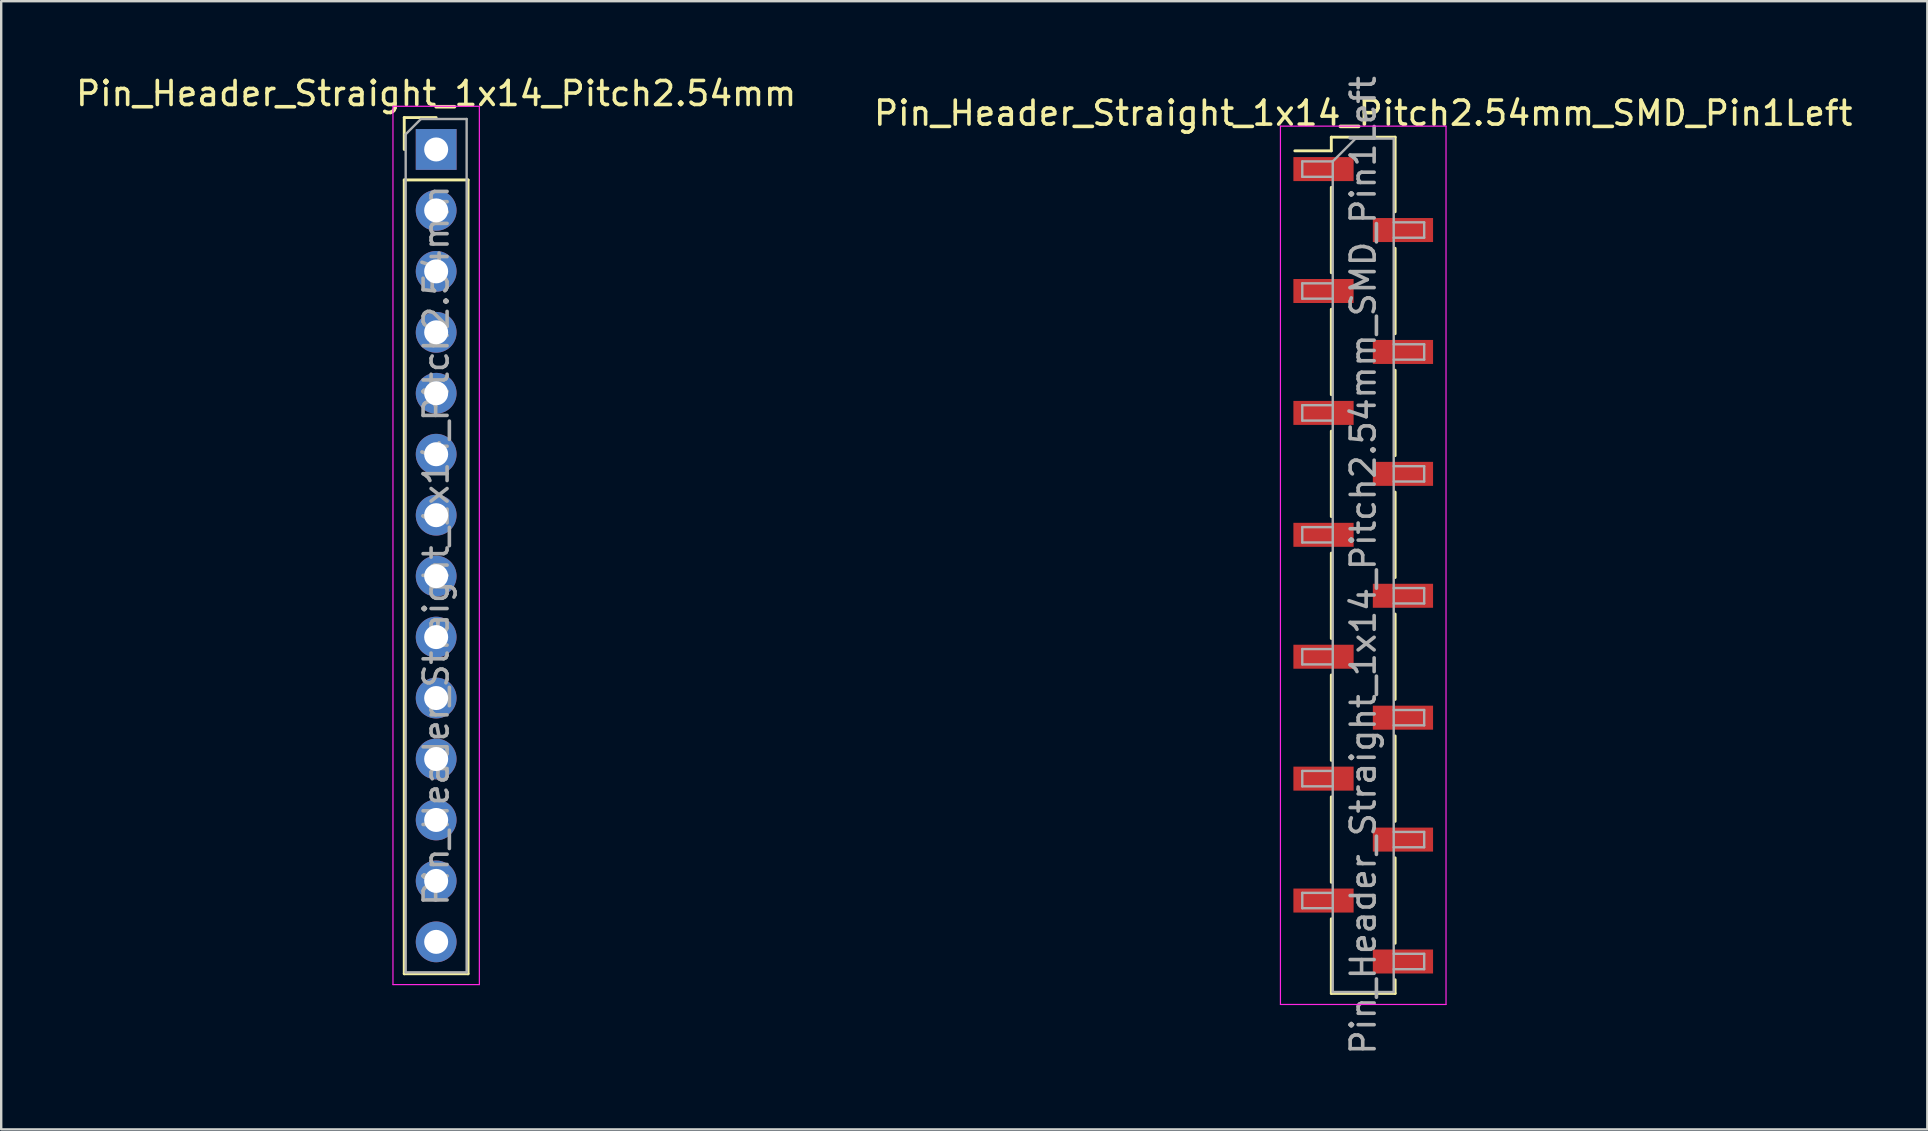
<source format=kicad_pcb>
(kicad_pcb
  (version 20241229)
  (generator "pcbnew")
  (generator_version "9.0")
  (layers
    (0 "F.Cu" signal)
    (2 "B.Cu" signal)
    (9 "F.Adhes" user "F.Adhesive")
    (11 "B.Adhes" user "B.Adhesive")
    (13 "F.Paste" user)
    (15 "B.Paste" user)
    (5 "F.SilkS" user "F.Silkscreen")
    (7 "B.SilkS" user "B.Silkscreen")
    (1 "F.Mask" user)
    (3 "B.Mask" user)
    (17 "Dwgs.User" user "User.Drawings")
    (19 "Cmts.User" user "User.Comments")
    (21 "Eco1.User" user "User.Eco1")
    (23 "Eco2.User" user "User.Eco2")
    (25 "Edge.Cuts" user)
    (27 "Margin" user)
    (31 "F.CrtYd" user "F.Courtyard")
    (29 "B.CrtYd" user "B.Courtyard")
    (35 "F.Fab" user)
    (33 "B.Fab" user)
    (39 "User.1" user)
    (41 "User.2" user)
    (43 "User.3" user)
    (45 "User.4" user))
  (footprint "Pin_Header_Straight_1x14_Pitch2.54mm_SMD_Pin1Left"
    (layer "F.Cu")
    (at 53.756 20.506)
    (property "Reference" "Pin_Header_Straight_1x14_Pitch2.54mm_SMD_Pin1Left" (at 0 -18.84 0) (layer "F.SilkS") (effects (font (size 1 1) (thickness 0.15))))
    (attr smd)
    (fp_line (start -1.33 -17.84) (end -1.33 -17.27) (stroke (width 0.12) (type solid)) (layer "F.SilkS"))
    (fp_line (start -1.33 -17.84) (end 1.33 -17.84) (stroke (width 0.12) (type solid)) (layer "F.SilkS"))
    (fp_line (start -1.33 -17.27) (end -2.85 -17.27) (stroke (width 0.12) (type solid)) (layer "F.SilkS"))
    (fp_line (start -1.33 -15.75) (end -1.33 -12.19) (stroke (width 0.12) (type solid)) (layer "F.SilkS"))
    (fp_line (start -1.33 -10.67) (end -1.33 -7.11) (stroke (width 0.12) (type solid)) (layer "F.SilkS"))
    (fp_line (start -1.33 -5.59) (end -1.33 -2.03) (stroke (width 0.12) (type solid)) (layer "F.SilkS"))
    (fp_line (start -1.33 -0.51) (end -1.33 3.05) (stroke (width 0.12) (type solid)) (layer "F.SilkS"))
    (fp_line (start -1.33 4.57) (end -1.33 8.13) (stroke (width 0.12) (type solid)) (layer "F.SilkS"))
    (fp_line (start -1.33 9.65) (end -1.33 13.21) (stroke (width 0.12) (type solid)) (layer "F.SilkS"))
    (fp_line (start -1.33 14.73) (end -1.33 17.84) (stroke (width 0.12) (type solid)) (layer "F.SilkS"))
    (fp_line (start -1.33 17.84) (end 1.33 17.84) (stroke (width 0.12) (type solid)) (layer "F.SilkS"))
    (fp_line (start 1.33 -17.84) (end 1.33 -14.73) (stroke (width 0.12) (type solid)) (layer "F.SilkS"))
    (fp_line (start 1.33 -13.21) (end 1.33 -9.65) (stroke (width 0.12) (type solid)) (layer "F.SilkS"))
    (fp_line (start 1.33 -8.13) (end 1.33 -4.57) (stroke (width 0.12) (type solid)) (layer "F.SilkS"))
    (fp_line (start 1.33 -3.05) (end 1.33 0.51) (stroke (width 0.12) (type solid)) (layer "F.SilkS"))
    (fp_line (start 1.33 2.03) (end 1.33 5.59) (stroke (width 0.12) (type solid)) (layer "F.SilkS"))
    (fp_line (start 1.33 7.11) (end 1.33 10.67) (stroke (width 0.12) (type solid)) (layer "F.SilkS"))
    (fp_line (start 1.33 12.19) (end 1.33 15.75) (stroke (width 0.12) (type solid)) (layer "F.SilkS"))
    (fp_line (start 1.33 17.27) (end 1.33 17.84) (stroke (width 0.12) (type solid)) (layer "F.SilkS"))
    (fp_line (start -3.45 -18.3) (end -3.45 18.3) (stroke (width 0.05) (type solid)) (layer "F.CrtYd"))
    (fp_line (start -3.45 18.3) (end 3.45 18.3) (stroke (width 0.05) (type solid)) (layer "F.CrtYd"))
    (fp_line (start 3.45 -18.3) (end -3.45 -18.3) (stroke (width 0.05) (type solid)) (layer "F.CrtYd"))
    (fp_line (start 3.45 18.3) (end 3.45 -18.3) (stroke (width 0.05) (type solid)) (layer "F.CrtYd"))
    (fp_line (start -2.54 -16.83) (end -2.54 -16.19) (stroke (width 0.1) (type solid)) (layer "F.Fab"))
    (fp_line (start -2.54 -16.19) (end -1.27 -16.19) (stroke (width 0.1) (type solid)) (layer "F.Fab"))
    (fp_line (start -2.54 -11.75) (end -2.54 -11.11) (stroke (width 0.1) (type solid)) (layer "F.Fab"))
    (fp_line (start -2.54 -11.11) (end -1.27 -11.11) (stroke (width 0.1) (type solid)) (layer "F.Fab"))
    (fp_line (start -2.54 -6.67) (end -2.54 -6.03) (stroke (width 0.1) (type solid)) (layer "F.Fab"))
    (fp_line (start -2.54 -6.03) (end -1.27 -6.03) (stroke (width 0.1) (type solid)) (layer "F.Fab"))
    (fp_line (start -2.54 -1.59) (end -2.54 -0.95) (stroke (width 0.1) (type solid)) (layer "F.Fab"))
    (fp_line (start -2.54 -0.95) (end -1.27 -0.95) (stroke (width 0.1) (type solid)) (layer "F.Fab"))
    (fp_line (start -2.54 3.49) (end -2.54 4.13) (stroke (width 0.1) (type solid)) (layer "F.Fab"))
    (fp_line (start -2.54 4.13) (end -1.27 4.13) (stroke (width 0.1) (type solid)) (layer "F.Fab"))
    (fp_line (start -2.54 8.57) (end -2.54 9.21) (stroke (width 0.1) (type solid)) (layer "F.Fab"))
    (fp_line (start -2.54 9.21) (end -1.27 9.21) (stroke (width 0.1) (type solid)) (layer "F.Fab"))
    (fp_line (start -2.54 13.65) (end -2.54 14.29) (stroke (width 0.1) (type solid)) (layer "F.Fab"))
    (fp_line (start -2.54 14.29) (end -1.27 14.29) (stroke (width 0.1) (type solid)) (layer "F.Fab"))
    (fp_line (start -1.27 -16.83) (end -2.54 -16.83) (stroke (width 0.1) (type solid)) (layer "F.Fab"))
    (fp_line (start -1.27 -16.83) (end -0.32 -17.78) (stroke (width 0.1) (type solid)) (layer "F.Fab"))
    (fp_line (start -1.27 -11.75) (end -2.54 -11.75) (stroke (width 0.1) (type solid)) (layer "F.Fab"))
    (fp_line (start -1.27 -6.67) (end -2.54 -6.67) (stroke (width 0.1) (type solid)) (layer "F.Fab"))
    (fp_line (start -1.27 -1.59) (end -2.54 -1.59) (stroke (width 0.1) (type solid)) (layer "F.Fab"))
    (fp_line (start -1.27 3.49) (end -2.54 3.49) (stroke (width 0.1) (type solid)) (layer "F.Fab"))
    (fp_line (start -1.27 8.57) (end -2.54 8.57) (stroke (width 0.1) (type solid)) (layer "F.Fab"))
    (fp_line (start -1.27 13.65) (end -2.54 13.65) (stroke (width 0.1) (type solid)) (layer "F.Fab"))
    (fp_line (start -1.27 17.78) (end -1.27 -16.83) (stroke (width 0.1) (type solid)) (layer "F.Fab"))
    (fp_line (start -0.32 -17.78) (end 1.27 -17.78) (stroke (width 0.1) (type solid)) (layer "F.Fab"))
    (fp_line (start 1.27 -17.78) (end 1.27 17.78) (stroke (width 0.1) (type solid)) (layer "F.Fab"))
    (fp_line (start 1.27 -14.29) (end 2.54 -14.29) (stroke (width 0.1) (type solid)) (layer "F.Fab"))
    (fp_line (start 1.27 -9.21) (end 2.54 -9.21) (stroke (width 0.1) (type solid)) (layer "F.Fab"))
    (fp_line (start 1.27 -4.13) (end 2.54 -4.13) (stroke (width 0.1) (type solid)) (layer "F.Fab"))
    (fp_line (start 1.27 0.95) (end 2.54 0.95) (stroke (width 0.1) (type solid)) (layer "F.Fab"))
    (fp_line (start 1.27 6.03) (end 2.54 6.03) (stroke (width 0.1) (type solid)) (layer "F.Fab"))
    (fp_line (start 1.27 11.11) (end 2.54 11.11) (stroke (width 0.1) (type solid)) (layer "F.Fab"))
    (fp_line (start 1.27 16.19) (end 2.54 16.19) (stroke (width 0.1) (type solid)) (layer "F.Fab"))
    (fp_line (start 1.27 17.78) (end -1.27 17.78) (stroke (width 0.1) (type solid)) (layer "F.Fab"))
    (fp_line (start 2.54 -14.29) (end 2.54 -13.65) (stroke (width 0.1) (type solid)) (layer "F.Fab"))
    (fp_line (start 2.54 -13.65) (end 1.27 -13.65) (stroke (width 0.1) (type solid)) (layer "F.Fab"))
    (fp_line (start 2.54 -9.21) (end 2.54 -8.57) (stroke (width 0.1) (type solid)) (layer "F.Fab"))
    (fp_line (start 2.54 -8.57) (end 1.27 -8.57) (stroke (width 0.1) (type solid)) (layer "F.Fab"))
    (fp_line (start 2.54 -4.13) (end 2.54 -3.49) (stroke (width 0.1) (type solid)) (layer "F.Fab"))
    (fp_line (start 2.54 -3.49) (end 1.27 -3.49) (stroke (width 0.1) (type solid)) (layer "F.Fab"))
    (fp_line (start 2.54 0.95) (end 2.54 1.59) (stroke (width 0.1) (type solid)) (layer "F.Fab"))
    (fp_line (start 2.54 1.59) (end 1.27 1.59) (stroke (width 0.1) (type solid)) (layer "F.Fab"))
    (fp_line (start 2.54 6.03) (end 2.54 6.67) (stroke (width 0.1) (type solid)) (layer "F.Fab"))
    (fp_line (start 2.54 6.67) (end 1.27 6.67) (stroke (width 0.1) (type solid)) (layer "F.Fab"))
    (fp_line (start 2.54 11.11) (end 2.54 11.75) (stroke (width 0.1) (type solid)) (layer "F.Fab"))
    (fp_line (start 2.54 11.75) (end 1.27 11.75) (stroke (width 0.1) (type solid)) (layer "F.Fab"))
    (fp_line (start 2.54 16.19) (end 2.54 16.83) (stroke (width 0.1) (type solid)) (layer "F.Fab"))
    (fp_line (start 2.54 16.83) (end 1.27 16.83) (stroke (width 0.1) (type solid)) (layer "F.Fab"))
    (fp_text user "${REFERENCE}" (at 0 0 90) (layer "F.Fab") (effects (font (size 1 1) (thickness 0.15))))
    (pad "1" smd rect (at -1.655 -16.51) (size 2.51 1) (layers "F.Cu" "F.Mask" "F.Paste"))
    (pad "2" smd rect (at 1.655 -13.97) (size 2.51 1) (layers "F.Cu" "F.Mask" "F.Paste"))
    (pad "3" smd rect (at -1.655 -11.43) (size 2.51 1) (layers "F.Cu" "F.Mask" "F.Paste"))
    (pad "4" smd rect (at 1.655 -8.89) (size 2.51 1) (layers "F.Cu" "F.Mask" "F.Paste"))
    (pad "5" smd rect (at -1.655 -6.35) (size 2.51 1) (layers "F.Cu" "F.Mask" "F.Paste"))
    (pad "6" smd rect (at 1.655 -3.81) (size 2.51 1) (layers "F.Cu" "F.Mask" "F.Paste"))
    (pad "7" smd rect (at -1.655 -1.27) (size 2.51 1) (layers "F.Cu" "F.Mask" "F.Paste"))
    (pad "8" smd rect (at 1.655 1.27) (size 2.51 1) (layers "F.Cu" "F.Mask" "F.Paste"))
    (pad "9" smd rect (at -1.655 3.81) (size 2.51 1) (layers "F.Cu" "F.Mask" "F.Paste"))
    (pad "10" smd rect (at 1.655 6.35) (size 2.51 1) (layers "F.Cu" "F.Mask" "F.Paste"))
    (pad "11" smd rect (at -1.655 8.89) (size 2.51 1) (layers "F.Cu" "F.Mask" "F.Paste"))
    (pad "12" smd rect (at 1.655 11.43) (size 2.51 1) (layers "F.Cu" "F.Mask" "F.Paste"))
    (pad "13" smd rect (at -1.655 13.97) (size 2.51 1) (layers "F.Cu" "F.Mask" "F.Paste"))
    (pad "14" smd rect (at 1.655 16.51) (size 2.51 1) (layers "F.Cu" "F.Mask" "F.Paste")))
  (footprint "Pin_Header_Straight_1x14_Pitch2.54mm"
    (layer "F.Cu")
    (at 15.125 3.178)
    (property "Reference" "Pin_Header_Straight_1x14_Pitch2.54mm" (at 0 -2.33 0) (layer "F.SilkS") (effects (font (size 1 1) (thickness 0.15))))
    (attr through_hole)
    (fp_line (start -1.33 -1.33) (end 0 -1.33) (stroke (width 0.12) (type solid)) (layer "F.SilkS"))
    (fp_line (start -1.33 0) (end -1.33 -1.33) (stroke (width 0.12) (type solid)) (layer "F.SilkS"))
    (fp_line (start -1.33 1.27) (end -1.33 34.35) (stroke (width 0.12) (type solid)) (layer "F.SilkS"))
    (fp_line (start -1.33 1.27) (end 1.33 1.27) (stroke (width 0.12) (type solid)) (layer "F.SilkS"))
    (fp_line (start -1.33 34.35) (end 1.33 34.35) (stroke (width 0.12) (type solid)) (layer "F.SilkS"))
    (fp_line (start 1.33 1.27) (end 1.33 34.35) (stroke (width 0.12) (type solid)) (layer "F.SilkS"))
    (fp_line (start -1.8 -1.8) (end -1.8 34.8) (stroke (width 0.05) (type solid)) (layer "F.CrtYd"))
    (fp_line (start -1.8 34.8) (end 1.8 34.8) (stroke (width 0.05) (type solid)) (layer "F.CrtYd"))
    (fp_line (start 1.8 -1.8) (end -1.8 -1.8) (stroke (width 0.05) (type solid)) (layer "F.CrtYd"))
    (fp_line (start 1.8 34.8) (end 1.8 -1.8) (stroke (width 0.05) (type solid)) (layer "F.CrtYd"))
    (fp_line (start -1.27 -0.635) (end -0.635 -1.27) (stroke (width 0.1) (type solid)) (layer "F.Fab"))
    (fp_line (start -1.27 34.29) (end -1.27 -0.635) (stroke (width 0.1) (type solid)) (layer "F.Fab"))
    (fp_line (start -0.635 -1.27) (end 1.27 -1.27) (stroke (width 0.1) (type solid)) (layer "F.Fab"))
    (fp_line (start 1.27 -1.27) (end 1.27 34.29) (stroke (width 0.1) (type solid)) (layer "F.Fab"))
    (fp_line (start 1.27 34.29) (end -1.27 34.29) (stroke (width 0.1) (type solid)) (layer "F.Fab"))
    (fp_text user "${REFERENCE}" (at 0 16.51 90) (layer "F.Fab") (effects (font (size 1 1) (thickness 0.15))))
    (pad "1" thru_hole rect (at 0 0) (size 1.7 1.7) (drill 1) (layers "*.Cu" "*.Mask"))
    (pad "2" thru_hole oval (at 0 2.54) (size 1.7 1.7) (drill 1) (layers "*.Cu" "*.Mask"))
    (pad "3" thru_hole oval (at 0 5.08) (size 1.7 1.7) (drill 1) (layers "*.Cu" "*.Mask"))
    (pad "4" thru_hole oval (at 0 7.62) (size 1.7 1.7) (drill 1) (layers "*.Cu" "*.Mask"))
    (pad "5" thru_hole oval (at 0 10.16) (size 1.7 1.7) (drill 1) (layers "*.Cu" "*.Mask"))
    (pad "6" thru_hole oval (at 0 12.7) (size 1.7 1.7) (drill 1) (layers "*.Cu" "*.Mask"))
    (pad "7" thru_hole oval (at 0 15.24) (size 1.7 1.7) (drill 1) (layers "*.Cu" "*.Mask"))
    (pad "8" thru_hole oval (at 0 17.78) (size 1.7 1.7) (drill 1) (layers "*.Cu" "*.Mask"))
    (pad "9" thru_hole oval (at 0 20.32) (size 1.7 1.7) (drill 1) (layers "*.Cu" "*.Mask"))
    (pad "10" thru_hole oval (at 0 22.86) (size 1.7 1.7) (drill 1) (layers "*.Cu" "*.Mask"))
    (pad "11" thru_hole oval (at 0 25.4) (size 1.7 1.7) (drill 1) (layers "*.Cu" "*.Mask"))
    (pad "12" thru_hole oval (at 0 27.94) (size 1.7 1.7) (drill 1) (layers "*.Cu" "*.Mask"))
    (pad "13" thru_hole oval (at 0 30.48) (size 1.7 1.7) (drill 1) (layers "*.Cu" "*.Mask"))
    (pad "14" thru_hole oval (at 0 33.02) (size 1.7 1.7) (drill 1) (layers "*.Cu" "*.Mask")))
  (gr_rect
    (start -3 -3)
    (end 77.262 44.012)
    (stroke (width 0.1) (type default))
    (fill no)
    (layer "Edge.Cuts")))
</source>
